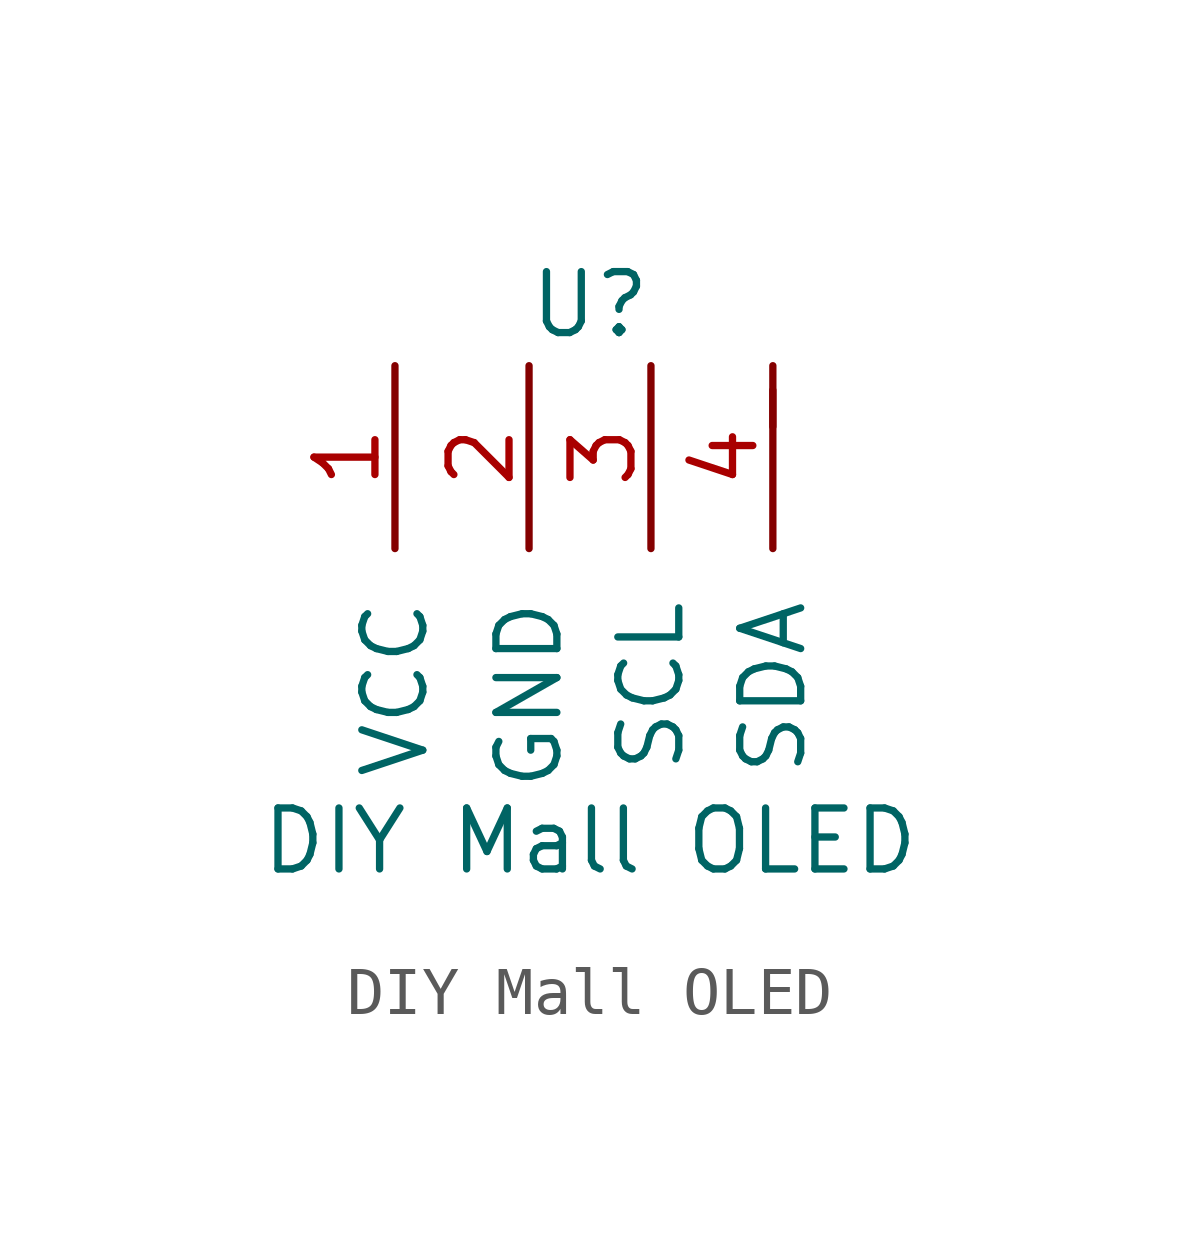
<source format=kicad_sym>
(kicad_symbol_lib
  (version 20220914)
  (generator kicad_symbol_editor)
  (symbol "DIY Mall OLED"
    (pin_names
      (offset 1.016))
    (property "Reference" "U"
      (at 0 3.048 0)
      (effects (font (size 1.27 1.27))))
    (property "Value" "DIY Mall OLED"
      (at 0 -8.128 0)
      (effects (font (size 1.27 1.27))))
    (symbol "DIY Mall OLED_1_1"
      (polyline (pts (xy 3.81 0.508) (xy 3.81 1.27)) (stroke (width 0.152) (type default)) (fill (type none)))
      (pin passive line (at -4.064 1.778 270) (length 3.81) (name "VCC" (effects (font (size 1.27 1.27)))) (number "1" (effects (font (size 1.27 1.27)))))
      (pin passive line (at -1.27 1.778 270) (length 3.81) (name "GND" (effects (font (size 1.27 1.27)))) (number "2" (effects (font (size 1.27 1.27)))))
      (pin passive line (at 1.27 1.778 270) (length 3.81) (name "SCL" (effects (font (size 1.27 1.27)))) (number "3" (effects (font (size 1.27 1.27)))))
      (pin bidirectional line (at 3.81 1.778 270) (length 3.81) (name "SDA" (effects (font (size 1.27 1.27)))) (number "4" (effects (font (size 1.27 1.27))))))))
</source>
